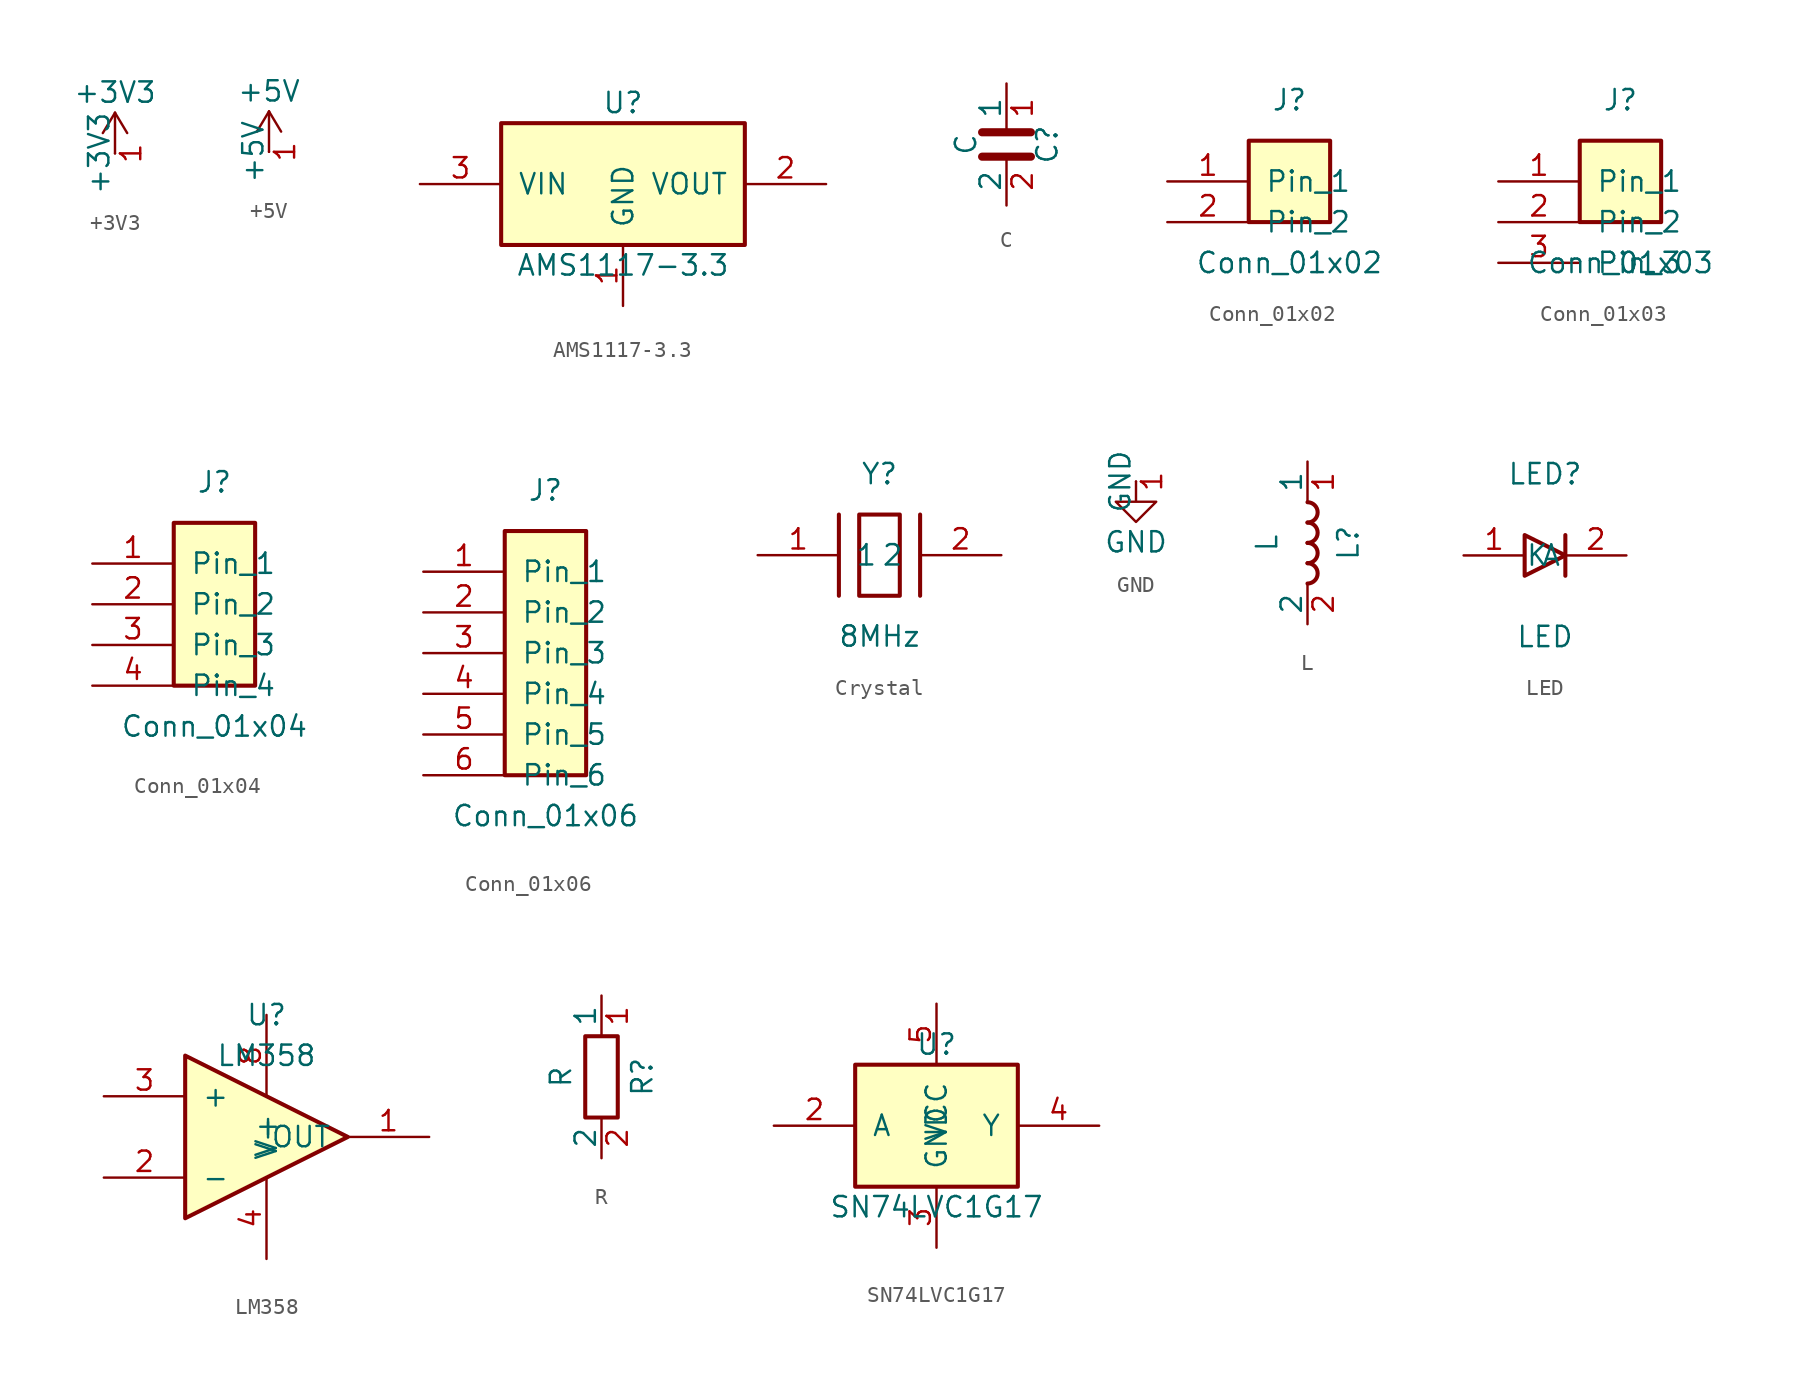
<source format=kicad_sym>
(kicad_symbol_lib
  (version 20231120)
  (generator "kicad_symbol_editor")
  (generator_version "9.0")
  (symbol "+3V3"
    (power)
    (pin_names
      (offset 0))
    (property "Reference" "#PWR"
      (at 0 -2.54 0)
      (effects (font (size 1.27 1.27)) hide))
    (property "Value" "+3V3"
      (at 0 3.81 0)
      (effects (font (size 1.27 1.27))))
    (symbol "+3V3_0_1"
      (polyline (pts (xy -0.762 1.27) (xy 0 2.54)) (stroke (width 0) (type default)) (fill (type none)))
      (polyline (pts (xy 0 0) (xy 0 2.54)) (stroke (width 0) (type default)) (fill (type none)))
      (polyline (pts (xy 0 2.54) (xy 0.762 1.27)) (stroke (width 0) (type default)) (fill (type none))))
    (symbol "+3V3_1_1"
      (pin power_in line (at 0 0 90) (length 0) (name "+3V3" (effects (font (size 1.27 1.27)))) (number "1" (effects (font (size 1.27 1.27)))))))
  (symbol "+5V"
    (power)
    (pin_names
      (offset 0))
    (property "Reference" "#PWR"
      (at 0 -2.54 0)
      (effects (font (size 1.27 1.27)) hide))
    (property "Value" "+5V"
      (at 0 3.81 0)
      (effects (font (size 1.27 1.27))))
    (symbol "+5V_0_1"
      (polyline (pts (xy -0.762 1.27) (xy 0 2.54)) (stroke (width 0) (type default)) (fill (type none)))
      (polyline (pts (xy 0 0) (xy 0 2.54)) (stroke (width 0) (type default)) (fill (type none)))
      (polyline (pts (xy 0 2.54) (xy 0.762 1.27)) (stroke (width 0) (type default)) (fill (type none))))
    (symbol "+5V_1_1"
      (pin power_in line (at 0 0 90) (length 0) (name "+5V" (effects (font (size 1.27 1.27)))) (number "1" (effects (font (size 1.27 1.27)))))))
  (symbol "AMS1117-3.3"
    (pin_names
      (offset 1.016))
    (property "Reference" "U"
      (at 0 5.08 0)
      (effects (font (size 1.27 1.27))))
    (property "Value" "AMS1117-3.3"
      (at 0 -5.08 0)
      (effects (font (size 1.27 1.27))))
    (symbol "AMS1117-3.3_0_1"
      (rectangle (start -7.62 3.81) (end 7.62 -3.81) (stroke (width 0.254) (type default)) (fill (type background))))
    (symbol "AMS1117-3.3_1_1"
      (pin power_in line (at -12.7 0 0) (length 5.08) (name "VIN" (effects (font (size 1.27 1.27)))) (number "3" (effects (font (size 1.27 1.27)))))
      (pin power_in line (at 0 -7.62 90) (length 3.81) (name "GND" (effects (font (size 1.27 1.27)))) (number "1" (effects (font (size 1.27 1.27)))))
      (pin power_out line (at 12.7 0 180) (length 5.08) (name "VOUT" (effects (font (size 1.27 1.27)))) (number "2" (effects (font (size 1.27 1.27)))))))
  (symbol "C"
    (pin_names
      (offset 0))
    (property "Reference" "C"
      (at 2.54 0 90)
      (effects (font (size 1.27 1.27))))
    (property "Value" "C"
      (at -2.54 0 90)
      (effects (font (size 1.27 1.27))))
    (symbol "C_0_1"
      (polyline (pts (xy -1.524 0.762) (xy 1.524 0.762)) (stroke (width 0.508) (type default)) (fill (type none)))
      (polyline (pts (xy -1.524 -0.762) (xy 1.524 -0.762)) (stroke (width 0.508) (type default)) (fill (type none))))
    (symbol "C_1_1"
      (pin passive line (at 0 3.81 270) (length 3.048) (name "1" (effects (font (size 1.27 1.27)))) (number "1" (effects (font (size 1.27 1.27)))))
      (pin passive line (at 0 -3.81 90) (length 3.048) (name "2" (effects (font (size 1.27 1.27)))) (number "2" (effects (font (size 1.27 1.27)))))))
  (symbol "Conn_01x02"
    (pin_names
      (offset 1.016))
    (property "Reference" "J"
      (at 0 5.08 0)
      (effects (font (size 1.27 1.27))))
    (property "Value" "Conn_01x02"
      (at 0 -5.08 0)
      (effects (font (size 1.27 1.27))))
    (symbol "Conn_01x02_0_1"
      (rectangle (start -2.54 2.54) (end 2.54 -2.54) (stroke (width 0.254) (type default)) (fill (type background))))
    (symbol "Conn_01x02_1_1"
      (pin passive line (at -7.62 0 0) (length 5.08) (name "Pin_1" (effects (font (size 1.27 1.27)))) (number "1" (effects (font (size 1.27 1.27)))))
      (pin passive line (at -7.62 -2.54 0) (length 5.08) (name "Pin_2" (effects (font (size 1.27 1.27)))) (number "2" (effects (font (size 1.27 1.27)))))))
  (symbol "Conn_01x03"
    (pin_names
      (offset 1.016))
    (property "Reference" "J"
      (at 0 5.08 0)
      (effects (font (size 1.27 1.27))))
    (property "Value" "Conn_01x03"
      (at 0 -5.08 0)
      (effects (font (size 1.27 1.27))))
    (symbol "Conn_01x03_0_1"
      (rectangle (start -2.54 2.54) (end 2.54 -2.54) (stroke (width 0.254) (type default)) (fill (type background))))
    (symbol "Conn_01x03_1_1"
      (pin passive line (at -7.62 0 0) (length 5.08) (name "Pin_1" (effects (font (size 1.27 1.27)))) (number "1" (effects (font (size 1.27 1.27)))))
      (pin passive line (at -7.62 -2.54 0) (length 5.08) (name "Pin_2" (effects (font (size 1.27 1.27)))) (number "2" (effects (font (size 1.27 1.27)))))
      (pin passive line (at -7.62 -5.08 0) (length 5.08) (name "Pin_3" (effects (font (size 1.27 1.27)))) (number "3" (effects (font (size 1.27 1.27)))))))
  (symbol "Conn_01x04"
    (pin_names
      (offset 1.016))
    (property "Reference" "J"
      (at 0 7.62 0)
      (effects (font (size 1.27 1.27))))
    (property "Value" "Conn_01x04"
      (at 0 -7.62 0)
      (effects (font (size 1.27 1.27))))
    (symbol "Conn_01x04_0_1"
      (rectangle (start -2.54 5.08) (end 2.54 -5.08) (stroke (width 0.254) (type default)) (fill (type background))))
    (symbol "Conn_01x04_1_1"
      (pin passive line (at -7.62 2.54 0) (length 5.08) (name "Pin_1" (effects (font (size 1.27 1.27)))) (number "1" (effects (font (size 1.27 1.27)))))
      (pin passive line (at -7.62 0 0) (length 5.08) (name "Pin_2" (effects (font (size 1.27 1.27)))) (number "2" (effects (font (size 1.27 1.27)))))
      (pin passive line (at -7.62 -2.54 0) (length 5.08) (name "Pin_3" (effects (font (size 1.27 1.27)))) (number "3" (effects (font (size 1.27 1.27)))))
      (pin passive line (at -7.62 -5.08 0) (length 5.08) (name "Pin_4" (effects (font (size 1.27 1.27)))) (number "4" (effects (font (size 1.27 1.27)))))))
  (symbol "Conn_01x06"
    (pin_names
      (offset 1.016))
    (property "Reference" "J"
      (at 0 10.16 0)
      (effects (font (size 1.27 1.27))))
    (property "Value" "Conn_01x06"
      (at 0 -10.16 0)
      (effects (font (size 1.27 1.27))))
    (symbol "Conn_01x06_0_1"
      (rectangle (start -2.54 7.62) (end 2.54 -7.62) (stroke (width 0.254) (type default)) (fill (type background))))
    (symbol "Conn_01x06_1_1"
      (pin passive line (at -7.62 5.08 0) (length 5.08) (name "Pin_1" (effects (font (size 1.27 1.27)))) (number "1" (effects (font (size 1.27 1.27)))))
      (pin passive line (at -7.62 2.54 0) (length 5.08) (name "Pin_2" (effects (font (size 1.27 1.27)))) (number "2" (effects (font (size 1.27 1.27)))))
      (pin passive line (at -7.62 0 0) (length 5.08) (name "Pin_3" (effects (font (size 1.27 1.27)))) (number "3" (effects (font (size 1.27 1.27)))))
      (pin passive line (at -7.62 -2.54 0) (length 5.08) (name "Pin_4" (effects (font (size 1.27 1.27)))) (number "4" (effects (font (size 1.27 1.27)))))
      (pin passive line (at -7.62 -5.08 0) (length 5.08) (name "Pin_5" (effects (font (size 1.27 1.27)))) (number "5" (effects (font (size 1.27 1.27)))))
      (pin passive line (at -7.62 -7.62 0) (length 5.08) (name "Pin_6" (effects (font (size 1.27 1.27)))) (number "6" (effects (font (size 1.27 1.27)))))))
  (symbol "Crystal"
    (pin_names
      (offset 1.016))
    (property "Reference" "Y"
      (at 0 5.08 0)
      (effects (font (size 1.27 1.27))))
    (property "Value" "8MHz"
      (at 0 -5.08 0)
      (effects (font (size 1.27 1.27))))
    (symbol "Crystal_0_1"
      (rectangle (start -1.27 2.54) (end 1.27 -2.54) (stroke (width 0.254) (type default)) (fill (type none)))
      (polyline (pts (xy -2.54 2.54) (xy -2.54 -2.54)) (stroke (width 0.254) (type default)) (fill (type none)))
      (polyline (pts (xy 2.54 2.54) (xy 2.54 -2.54)) (stroke (width 0.254) (type default)) (fill (type none))))
    (symbol "Crystal_1_1"
      (pin passive line (at -7.62 0 0) (length 5.08) (name "1" (effects (font (size 1.27 1.27)))) (number "1" (effects (font (size 1.27 1.27)))))
      (pin passive line (at 7.62 0 180) (length 5.08) (name "2" (effects (font (size 1.27 1.27)))) (number "2" (effects (font (size 1.27 1.27)))))))
  (symbol "GND"
    (power)
    (pin_names
      (offset 0))
    (property "Reference" "#PWR"
      (at 0 -5.08 0)
      (effects (font (size 1.27 1.27)) hide))
    (property "Value" "GND"
      (at 0 -3.81 0)
      (effects (font (size 1.27 1.27))))
    (symbol "GND_0_1"
      (polyline (pts (xy 0 0) (xy 0 -1.27) (xy 1.27 -1.27) (xy 0 -2.54) (xy -1.27 -1.27) (xy 0 -1.27)) (stroke (width 0) (type default)) (fill (type none))))
    (symbol "GND_1_1"
      (pin power_in line (at 0 0 270) (length 0) (name "GND" (effects (font (size 1.27 1.27)))) (number "1" (effects (font (size 1.27 1.27)))))))
  (symbol "L"
    (pin_names
      (offset 0))
    (property "Reference" "L"
      (at 2.54 0 90)
      (effects (font (size 1.27 1.27))))
    (property "Value" "L"
      (at -2.54 0 90)
      (effects (font (size 1.27 1.27))))
    (symbol "L_0_1"
      (arc (start 0 -2.54) (mid 0.635 -1.905) (end 0 -1.27) (stroke (width 0.254) (type default)) (fill (type none)))
      (arc (start 0 -1.27) (mid 0.635 -0.635) (end 0 0) (stroke (width 0.254) (type default)) (fill (type none)))
      (arc (start 0 0) (mid 0.635 0.635) (end 0 1.27) (stroke (width 0.254) (type default)) (fill (type none)))
      (arc (start 0 1.27) (mid 0.635 1.905) (end 0 2.54) (stroke (width 0.254) (type default)) (fill (type none))))
    (symbol "L_1_1"
      (pin passive line (at 0 5.08 270) (length 2.54) (name "1" (effects (font (size 1.27 1.27)))) (number "1" (effects (font (size 1.27 1.27)))))
      (pin passive line (at 0 -5.08 90) (length 2.54) (name "2" (effects (font (size 1.27 1.27)))) (number "2" (effects (font (size 1.27 1.27)))))))
  (symbol "LED"
    (pin_names
      (offset 1.016))
    (property "Reference" "LED"
      (at 0 5.08 0)
      (effects (font (size 1.27 1.27))))
    (property "Value" "LED"
      (at 0 -5.08 0)
      (effects (font (size 1.27 1.27))))
    (symbol "LED_0_1"
      (polyline (pts (xy -1.27 1.27) (xy -1.27 -1.27) (xy 1.27 0) (xy -1.27 1.27)) (stroke (width 0.254) (type default)) (fill (type none)))
      (polyline (pts (xy 1.27 1.27) (xy 1.27 -1.27)) (stroke (width 0.254) (type default)) (fill (type none))))
    (symbol "LED_1_1"
      (pin passive line (at -5.08 0 0) (length 3.81) (name "A" (effects (font (size 1.27 1.27)))) (number "1" (effects (font (size 1.27 1.27)))))
      (pin passive line (at 5.08 0 180) (length 3.81) (name "K" (effects (font (size 1.27 1.27)))) (number "2" (effects (font (size 1.27 1.27)))))))
  (symbol "LM358"
    (pin_names
      (offset 1.016))
    (property "Reference" "U"
      (at 0 7.62 0)
      (effects (font (size 1.27 1.27))))
    (property "Value" "LM358"
      (at 0 5.08 0)
      (effects (font (size 1.27 1.27))))
    (symbol "LM358_0_1"
      (polyline (pts (xy -5.08 5.08) (xy -5.08 -5.08) (xy 5.08 0) (xy -5.08 5.08)) (stroke (width 0.254) (type default)) (fill (type background))))
    (symbol "LM358_1_1"
      (pin input line (at -10.16 2.54 0) (length 5.08) (name "+" (effects (font (size 1.27 1.27)))) (number "3" (effects (font (size 1.27 1.27)))))
      (pin input line (at -10.16 -2.54 0) (length 5.08) (name "-" (effects (font (size 1.27 1.27)))) (number "2" (effects (font (size 1.27 1.27)))))
      (pin output line (at 10.16 0 180) (length 5.08) (name "OUT" (effects (font (size 1.27 1.27)))) (number "1" (effects (font (size 1.27 1.27)))))
      (pin power_in line (at 0 7.62 270) (length 5.08) (name "V+" (effects (font (size 1.27 1.27)))) (number "8" (effects (font (size 1.27 1.27)))))
      (pin power_in line (at 0 -7.62 90) (length 5.08) (name "V-" (effects (font (size 1.27 1.27)))) (number "4" (effects (font (size 1.27 1.27)))))))
  (symbol "R"
    (pin_names
      (offset 0))
    (property "Reference" "R"
      (at 2.54 0 90)
      (effects (font (size 1.27 1.27))))
    (property "Value" "R"
      (at -2.54 0 90)
      (effects (font (size 1.27 1.27))))
    (symbol "R_0_1"
      (rectangle (start -1.016 2.54) (end 1.016 -2.54) (stroke (width 0.254) (type default)) (fill (type none))))
    (symbol "R_1_1"
      (pin passive line (at 0 5.08 270) (length 2.54) (name "1" (effects (font (size 1.27 1.27)))) (number "1" (effects (font (size 1.27 1.27)))))
      (pin passive line (at 0 -5.08 90) (length 2.54) (name "2" (effects (font (size 1.27 1.27)))) (number "2" (effects (font (size 1.27 1.27)))))))
  (symbol "SN74LVC1G17"
    (pin_names
      (offset 1.016))
    (property "Reference" "U"
      (at 0 5.08 0)
      (effects (font (size 1.27 1.27))))
    (property "Value" "SN74LVC1G17"
      (at 0 -5.08 0)
      (effects (font (size 1.27 1.27))))
    (symbol "SN74LVC1G17_0_1"
      (rectangle (start -5.08 3.81) (end 5.08 -3.81) (stroke (width 0.254) (type default)) (fill (type background))))
    (symbol "SN74LVC1G17_1_1"
      (pin input line (at -10.16 0 0) (length 5.08) (name "A" (effects (font (size 1.27 1.27)))) (number "2" (effects (font (size 1.27 1.27)))))
      (pin output line (at 10.16 0 180) (length 5.08) (name "Y" (effects (font (size 1.27 1.27)))) (number "4" (effects (font (size 1.27 1.27)))))
      (pin power_in line (at 0 7.62 270) (length 3.81) (name "VCC" (effects (font (size 1.27 1.27)))) (number "5" (effects (font (size 1.27 1.27)))))
      (pin power_in line (at 0 -7.62 90) (length 3.81) (name "GND" (effects (font (size 1.27 1.27)))) (number "3" (effects (font (size 1.27 1.27))))))))
</source>
